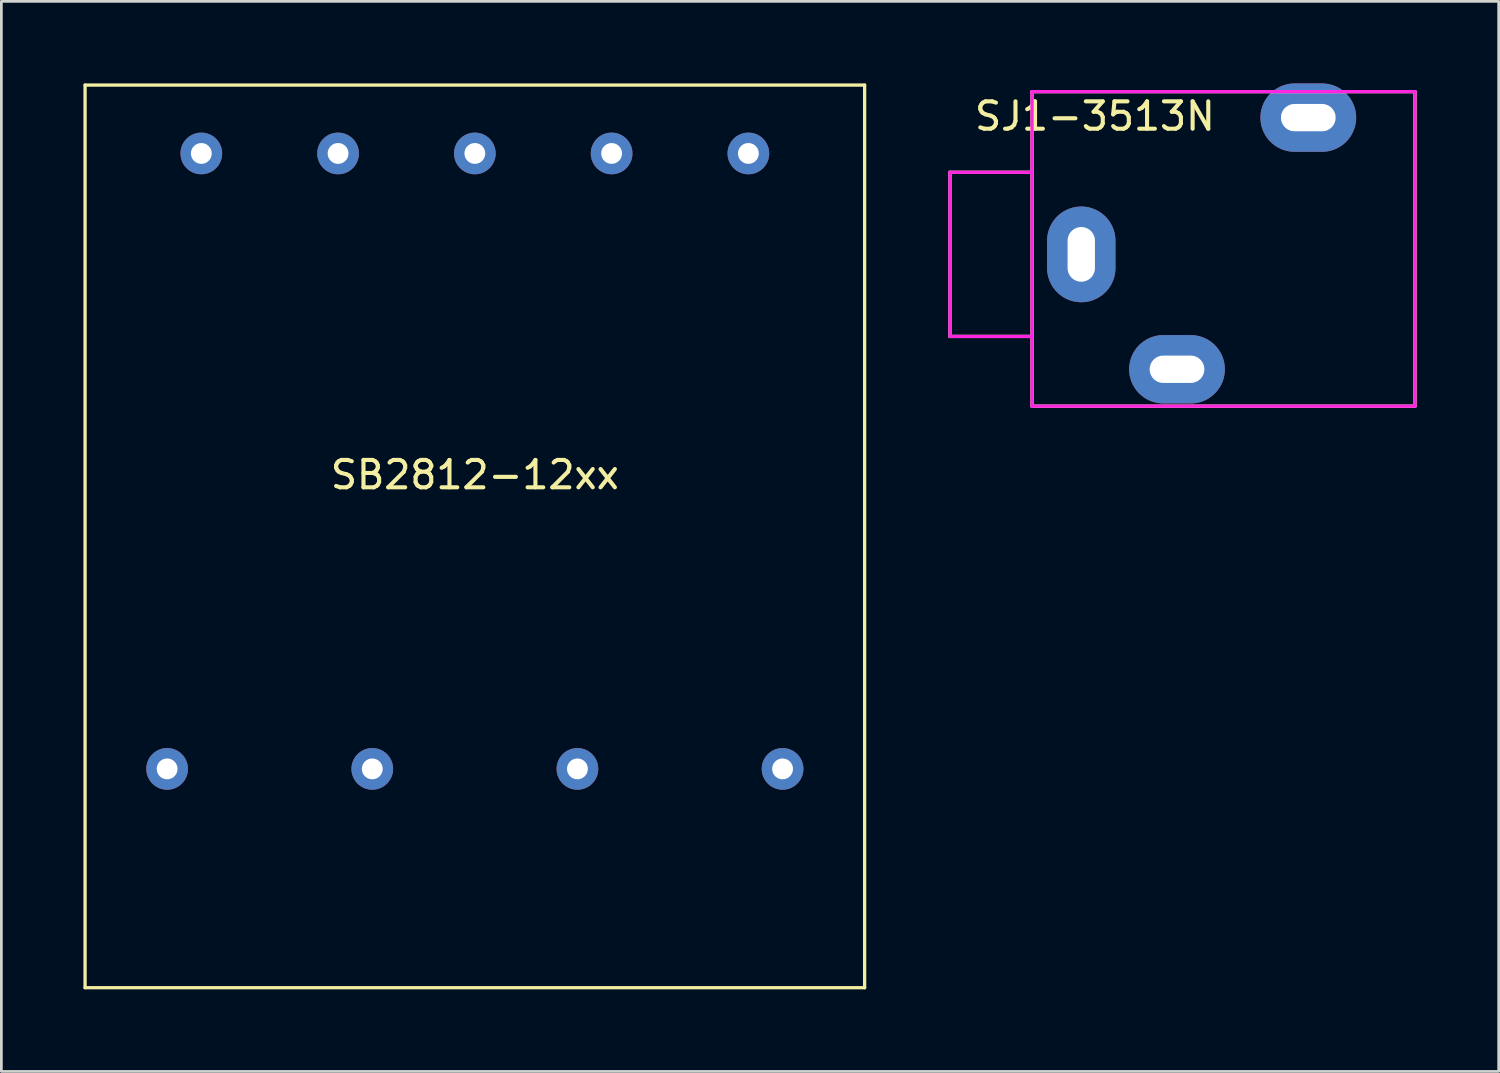
<source format=kicad_pcb>
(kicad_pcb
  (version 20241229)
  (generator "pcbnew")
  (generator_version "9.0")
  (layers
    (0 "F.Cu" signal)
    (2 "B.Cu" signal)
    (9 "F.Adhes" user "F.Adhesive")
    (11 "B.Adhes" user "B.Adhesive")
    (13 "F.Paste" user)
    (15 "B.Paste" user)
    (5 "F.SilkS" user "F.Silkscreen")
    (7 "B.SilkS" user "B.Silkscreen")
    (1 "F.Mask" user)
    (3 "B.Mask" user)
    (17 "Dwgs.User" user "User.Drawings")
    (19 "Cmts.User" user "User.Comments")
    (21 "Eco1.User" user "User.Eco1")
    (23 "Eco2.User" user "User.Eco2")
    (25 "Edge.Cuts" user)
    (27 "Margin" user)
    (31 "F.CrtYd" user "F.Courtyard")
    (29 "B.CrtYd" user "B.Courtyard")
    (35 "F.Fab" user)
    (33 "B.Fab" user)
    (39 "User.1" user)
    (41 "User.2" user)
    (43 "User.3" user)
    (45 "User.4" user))
  (footprint "SB2812-12xx"
    (layer "F.Cu")
    (at 14.31 13.81)
    (property "Reference" "SB2812-12xx" (at 0 0.5 0) (layer "F.SilkS") (effects (font (size 1 1) (thickness 0.15))))
    (attr through_hole)
    (fp_line (start -14.25 -13.75) (end -14.25 19.25) (stroke (width 0.12) (type solid)) (layer "F.SilkS"))
    (fp_line (start -14.25 19.25) (end 14.25 19.25) (stroke (width 0.12) (type solid)) (layer "F.SilkS"))
    (fp_line (start 14.25 -13.75) (end -14.25 -13.75) (stroke (width 0.12) (type solid)) (layer "F.SilkS"))
    (fp_line (start 14.25 19.25) (end 14.25 -13.75) (stroke (width 0.12) (type solid)) (layer "F.SilkS"))
    (pad "1" thru_hole circle (at 11.25 11.25) (size 1.524 1.524) (drill 0.762) (layers "*.Cu" "*.Mask"))
    (pad "2" thru_hole circle (at 3.75 11.25) (size 1.524 1.524) (drill 0.762) (layers "*.Cu" "*.Mask"))
    (pad "3" thru_hole circle (at -3.75 11.25) (size 1.524 1.524) (drill 0.762) (layers "*.Cu" "*.Mask"))
    (pad "4" thru_hole circle (at -11.25 11.25) (size 1.524 1.524) (drill 0.762) (layers "*.Cu" "*.Mask"))
    (pad "5" thru_hole circle (at -10 -11.25) (size 1.524 1.524) (drill 0.762) (layers "*.Cu" "*.Mask"))
    (pad "6" thru_hole circle (at -5 -11.25) (size 1.524 1.524) (drill 0.762) (layers "*.Cu" "*.Mask"))
    (pad "7" thru_hole circle (at 0 -11.25) (size 1.524 1.524) (drill 0.762) (layers "*.Cu" "*.Mask"))
    (pad "8" thru_hole circle (at 5 -11.25) (size 1.524 1.524) (drill 0.762) (layers "*.Cu" "*.Mask"))
    (pad "9" thru_hole circle (at 10 -11.25) (size 1.524 1.524) (drill 0.762) (layers "*.Cu" "*.Mask")))
  (footprint "SJ1-3513N"
    (layer "F.Cu")
    (at 34.68 6.25)
    (property "Reference" "SJ1-3513N" (at 2.3 -5.05 0) (layer "F.SilkS") (effects (font (size 1 1) (thickness 0.15))))
    (attr through_hole)
    (fp_line (start -3 -3) (end -3 3) (stroke (width 0.12) (type solid)) (layer "F.SilkS"))
    (fp_line (start -3 3) (end 0 3) (stroke (width 0.12) (type solid)) (layer "F.SilkS"))
    (fp_line (start 0 -5.95) (end 14 -5.95) (stroke (width 0.12) (type solid)) (layer "F.SilkS"))
    (fp_line (start 0 -3) (end -3 -3) (stroke (width 0.12) (type solid)) (layer "F.SilkS"))
    (fp_line (start 0 5.55) (end 0 -5.95) (stroke (width 0.12) (type solid)) (layer "F.SilkS"))
    (fp_line (start 0 5.55) (end 14 5.55) (stroke (width 0.12) (type solid)) (layer "F.SilkS"))
    (fp_line (start 14 -5.95) (end 14 5.55) (stroke (width 0.12) (type solid)) (layer "F.SilkS"))
    (fp_line (start -3 -3) (end -3 3) (stroke (width 0.12) (type solid)) (layer "F.CrtYd"))
    (fp_line (start -3 3) (end 0 3) (stroke (width 0.12) (type solid)) (layer "F.CrtYd"))
    (fp_line (start 0 -5.95) (end 14 -5.95) (stroke (width 0.12) (type solid)) (layer "F.CrtYd"))
    (fp_line (start 0 -3) (end -3 -3) (stroke (width 0.12) (type solid)) (layer "F.CrtYd"))
    (fp_line (start 0 5.55) (end 0 -5.95) (stroke (width 0.12) (type solid)) (layer "F.CrtYd"))
    (fp_line (start 14 -5.95) (end 14 5.55) (stroke (width 0.12) (type solid)) (layer "F.CrtYd"))
    (fp_line (start 14 5.55) (end 0 5.55) (stroke (width 0.12) (type solid)) (layer "F.CrtYd"))
    (pad "R" thru_hole oval (at 10.1 -5) (size 3.5 2.5) (drill oval 2 1) (layers "*.Cu" "*.Mask"))
    (pad "S" thru_hole oval (at 1.8 0 90) (size 3.5 2.5) (drill oval 2 1) (layers "*.Cu" "*.Mask"))
    (pad "T" thru_hole oval (at 5.3 4.2) (size 3.5 2.5) (drill oval 2 1) (layers "*.Cu" "*.Mask")))
  (gr_rect
    (start -3 -3)
    (end 51.74 36.12)
    (stroke (width 0.1) (type default))
    (fill no)
    (layer "Edge.Cuts")))
</source>
